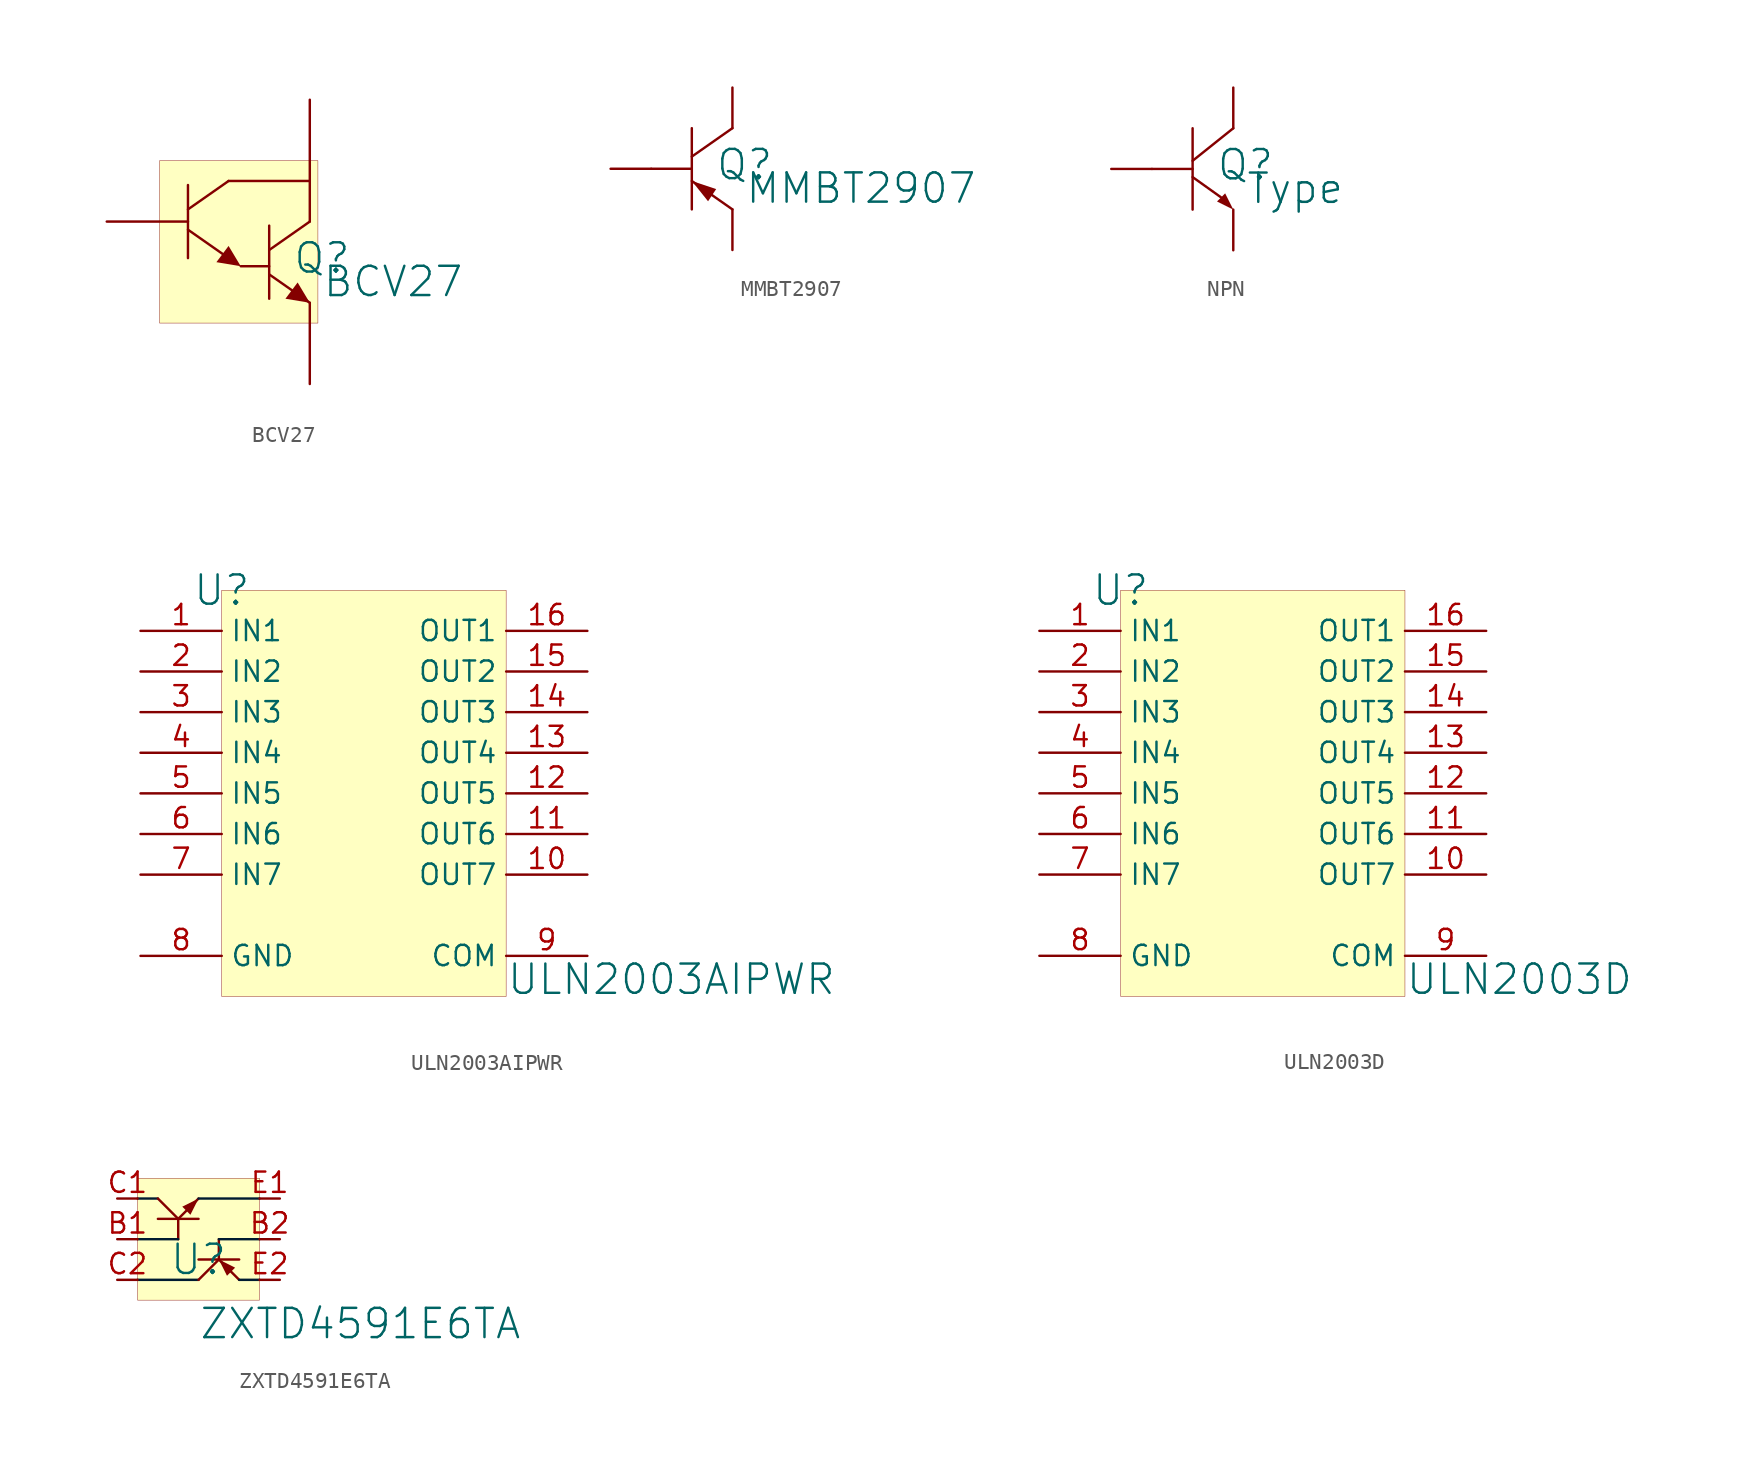
<source format=kicad_sym>
(kicad_symbol_lib
  (version 20241209)
  (generator "kicad_symbol_editor")
  (generator_version "9.0")
  (symbol "BCV27"
    (pin_numbers
      (hide yes))
    (pin_names
      (hide yes))
    (property "Reference" "Q"
      (at 3.302 -2.286 0)
      (effects (font (size 1.829 1.829))))
    (property "Value" "BCV27"
      (at 3.302 -4.826 0)
      (effects (font (size 1.829 1.829)) (justify left bottom)))
    (symbol "BCV27_1_0"
      (polyline (pts (xy -5.08 2.286) (xy -5.08 -2.286)) (stroke (width 0) (type solid)) (fill (type none)))
      (polyline (pts (xy -5.08 -0.508) (xy -2.54 -2.286)) (stroke (width 0) (type solid)) (fill (type none)))
      (polyline (pts (xy -2.54 2.54) (xy -5.08 0.762)) (stroke (width 0) (type solid)) (fill (type none)))
      (polyline (pts (xy -2.54 2.54) (xy 2.54 2.54)) (stroke (width 0) (type solid)) (fill (type none)))
      (polyline (pts (xy -1.778 -2.794) (xy 0 -2.794)) (stroke (width 0) (type solid)) (fill (type none)))
      (polyline (pts (xy -1.778 -2.794) (xy -2.54 -1.524) (xy -3.302 -2.54) (xy -1.778 -2.794)) (stroke (width -0.0001) (type solid)) (fill (type outline)))
      (polyline (pts (xy 0 -0.254) (xy 0 -4.826)) (stroke (width 0) (type solid)) (fill (type none)))
      (polyline (pts (xy 0 -3.302) (xy 2.54 -5.08)) (stroke (width 0) (type solid)) (fill (type none)))
      (polyline (pts (xy 2.54 0) (xy 0 -1.778)) (stroke (width 0) (type solid)) (fill (type none)))
      (polyline (pts (xy 2.54 0) (xy 2.54 2.54)) (stroke (width 0) (type solid)) (fill (type none)))
      (polyline (pts (xy 2.54 -5.08) (xy 1.778 -3.81) (xy 1.016 -4.826) (xy 2.54 -5.08)) (stroke (width -0.0001) (type solid)) (fill (type outline)))
      (rectangle (start 3.048 3.81) (end -6.858 -6.35) (stroke (width 0.025) (type solid) (color 128 0 0 1)) (fill (type background)))
      (pin passive line (at -10.16 0 0) (length 5.08) (name "B" (effects (font (size 1.27 1.27)))) (number "1" (effects (font (size 1.27 1.27)))))
      (pin passive line (at 2.54 7.62 270) (length 5.08) (name "C" (effects (font (size 1.27 1.27)))) (number "3" (effects (font (size 1.27 1.27)))))
      (pin passive line (at 2.54 -10.16 90) (length 5.08) (name "E" (effects (font (size 1.27 1.27)))) (number "2" (effects (font (size 1.27 1.27)))))))
  (symbol "MMBT2907"
    (pin_numbers
      (hide yes))
    (pin_names
      (hide yes))
    (property "Reference" "Q"
      (at 5.842 -2.286 0)
      (effects (font (size 1.829 1.829))))
    (property "Value" "MMBT2907"
      (at 5.842 -4.826 0)
      (effects (font (size 1.829 1.829)) (justify left bottom)))
    (symbol "MMBT2907_1_0"
      (polyline (pts (xy 2.54 0) (xy 2.54 -5.08)) (stroke (width 0) (type solid)) (fill (type none)))
      (polyline (pts (xy 2.54 -2.54) (xy 0 -2.54)) (stroke (width 0) (type solid)) (fill (type none)))
      (polyline (pts (xy 2.54 -3.302) (xy 5.08 -5.08)) (stroke (width 0) (type solid)) (fill (type none)))
      (polyline (pts (xy 2.54 -3.302) (xy 3.556 -4.572) (xy 4.064 -3.81) (xy 2.54 -3.302) (xy 2.54 -3.302)) (stroke (width -0.0001) (type solid)) (fill (type outline)))
      (polyline (pts (xy 5.08 0) (xy 2.54 -1.778)) (stroke (width 0) (type solid)) (fill (type none)))
      (pin passive line (at -2.54 -2.54 0) (length 2.54) (name "B" (effects (font (size 1.27 1.27)))) (number "B" (effects (font (size 1.27 1.27)))))
      (pin passive line (at 5.08 2.54 270) (length 2.54) (name "C" (effects (font (size 1.27 1.27)))) (number "C" (effects (font (size 1.27 1.27)))))
      (pin passive line (at 5.08 -7.62 90) (length 2.54) (name "E" (effects (font (size 1.27 1.27)))) (number "E" (effects (font (size 1.27 1.27)))))))
  (symbol "NPN"
    (pin_numbers
      (hide yes))
    (pin_names
      (hide yes))
    (property "Reference" "Q"
      (at 5.842 -2.286 0)
      (effects (font (size 1.829 1.829))))
    (property "Value" "Type"
      (at 5.842 -4.826 0)
      (effects (font (size 1.829 1.829)) (justify left bottom)))
    (symbol "NPN_1_0"
      (polyline (pts (xy 2.54 0) (xy 2.54 -5.08)) (stroke (width 0) (type solid)) (fill (type none)))
      (polyline (pts (xy 2.54 -2.54) (xy 0 -2.54)) (stroke (width 0) (type solid)) (fill (type none)))
      (polyline (pts (xy 2.54 -3.048) (xy 4.318 -4.318)) (stroke (width 0) (type solid)) (fill (type none)))
      (polyline (pts (xy 4.318 -4.318) (xy 4.572 -4.064) (xy 5.08 -5.08) (xy 4.064 -4.572) (xy 4.318 -4.318) (xy 4.318 -4.318)) (stroke (width -0.0001) (type solid)) (fill (type outline)))
      (polyline (pts (xy 5.08 0) (xy 2.54 -2.032)) (stroke (width 0) (type solid)) (fill (type none)))
      (pin passive line (at -2.54 -2.54 0) (length 2.54) (name "B" (effects (font (size 1.27 1.27)))) (number "B" (effects (font (size 1.27 1.27)))))
      (pin passive line (at 5.08 2.54 270) (length 2.54) (name "C" (effects (font (size 1.27 1.27)))) (number "C" (effects (font (size 1.27 1.27)))))
      (pin passive line (at 5.08 -7.62 90) (length 2.54) (name "E" (effects (font (size 1.27 1.27)))) (number "E" (effects (font (size 1.27 1.27)))))))
  (symbol "ULN2003AIPWR"
    (property "Reference" "U"
      (at 0 0 0)
      (effects (font (size 1.829 1.829))))
    (property "Value" "ULN2003AIPWR"
      (at 17.78 -25.4 0)
      (effects (font (size 1.829 1.829)) (justify left bottom)))
    (symbol "ULN2003AIPWR_1_0"
      (rectangle (start 17.78 0) (end 0 -25.4) (stroke (width 0.025) (type solid) (color 128 0 0 1)) (fill (type background)))
      (pin passive line (at -5.08 -2.54 0) (length 5.08) (name "IN1" (effects (font (size 1.27 1.27)))) (number "1" (effects (font (size 1.27 1.27)))))
      (pin passive line (at -5.08 -5.08 0) (length 5.08) (name "IN2" (effects (font (size 1.27 1.27)))) (number "2" (effects (font (size 1.27 1.27)))))
      (pin passive line (at -5.08 -7.62 0) (length 5.08) (name "IN3" (effects (font (size 1.27 1.27)))) (number "3" (effects (font (size 1.27 1.27)))))
      (pin open_collector line (at -5.08 -10.16 0) (length 5.08) (name "IN4" (effects (font (size 1.27 1.27)))) (number "4" (effects (font (size 1.27 1.27)))))
      (pin passive line (at -5.08 -12.7 0) (length 5.08) (name "IN5" (effects (font (size 1.27 1.27)))) (number "5" (effects (font (size 1.27 1.27)))))
      (pin passive line (at -5.08 -15.24 0) (length 5.08) (name "IN6" (effects (font (size 1.27 1.27)))) (number "6" (effects (font (size 1.27 1.27)))))
      (pin passive line (at -5.08 -17.78 0) (length 5.08) (name "IN7" (effects (font (size 1.27 1.27)))) (number "7" (effects (font (size 1.27 1.27)))))
      (pin power_in line (at -5.08 -22.86 0) (length 5.08) (name "GND" (effects (font (size 1.27 1.27)))) (number "8" (effects (font (size 1.27 1.27)))))
      (pin open_collector line (at 22.86 -2.54 180) (length 5.08) (name "OUT1" (effects (font (size 1.27 1.27)))) (number "16" (effects (font (size 1.27 1.27)))))
      (pin open_collector line (at 22.86 -5.08 180) (length 5.08) (name "OUT2" (effects (font (size 1.27 1.27)))) (number "15" (effects (font (size 1.27 1.27)))))
      (pin open_collector line (at 22.86 -7.62 180) (length 5.08) (name "OUT3" (effects (font (size 1.27 1.27)))) (number "14" (effects (font (size 1.27 1.27)))))
      (pin open_collector line (at 22.86 -10.16 180) (length 5.08) (name "OUT4" (effects (font (size 1.27 1.27)))) (number "13" (effects (font (size 1.27 1.27)))))
      (pin open_collector line (at 22.86 -12.7 180) (length 5.08) (name "OUT5" (effects (font (size 1.27 1.27)))) (number "12" (effects (font (size 1.27 1.27)))))
      (pin open_collector line (at 22.86 -15.24 180) (length 5.08) (name "OUT6" (effects (font (size 1.27 1.27)))) (number "11" (effects (font (size 1.27 1.27)))))
      (pin open_collector line (at 22.86 -17.78 180) (length 5.08) (name "OUT7" (effects (font (size 1.27 1.27)))) (number "10" (effects (font (size 1.27 1.27)))))
      (pin passive line (at 22.86 -22.86 180) (length 5.08) (name "COM" (effects (font (size 1.27 1.27)))) (number "9" (effects (font (size 1.27 1.27)))))))
  (symbol "ULN2003D"
    (property "Reference" "U"
      (at 0 0 0)
      (effects (font (size 1.829 1.829))))
    (property "Value" "ULN2003D"
      (at 17.78 -25.4 0)
      (effects (font (size 1.829 1.829)) (justify left bottom)))
    (symbol "ULN2003D_1_0"
      (rectangle (start 17.78 0) (end 0 -25.4) (stroke (width 0.025) (type solid) (color 128 0 0 1)) (fill (type background)))
      (pin passive line (at -5.08 -2.54 0) (length 5.08) (name "IN1" (effects (font (size 1.27 1.27)))) (number "1" (effects (font (size 1.27 1.27)))))
      (pin passive line (at -5.08 -5.08 0) (length 5.08) (name "IN2" (effects (font (size 1.27 1.27)))) (number "2" (effects (font (size 1.27 1.27)))))
      (pin passive line (at -5.08 -7.62 0) (length 5.08) (name "IN3" (effects (font (size 1.27 1.27)))) (number "3" (effects (font (size 1.27 1.27)))))
      (pin open_collector line (at -5.08 -10.16 0) (length 5.08) (name "IN4" (effects (font (size 1.27 1.27)))) (number "4" (effects (font (size 1.27 1.27)))))
      (pin passive line (at -5.08 -12.7 0) (length 5.08) (name "IN5" (effects (font (size 1.27 1.27)))) (number "5" (effects (font (size 1.27 1.27)))))
      (pin passive line (at -5.08 -15.24 0) (length 5.08) (name "IN6" (effects (font (size 1.27 1.27)))) (number "6" (effects (font (size 1.27 1.27)))))
      (pin passive line (at -5.08 -17.78 0) (length 5.08) (name "IN7" (effects (font (size 1.27 1.27)))) (number "7" (effects (font (size 1.27 1.27)))))
      (pin power_in line (at -5.08 -22.86 0) (length 5.08) (name "GND" (effects (font (size 1.27 1.27)))) (number "8" (effects (font (size 1.27 1.27)))))
      (pin open_collector line (at 22.86 -2.54 180) (length 5.08) (name "OUT1" (effects (font (size 1.27 1.27)))) (number "16" (effects (font (size 1.27 1.27)))))
      (pin open_collector line (at 22.86 -5.08 180) (length 5.08) (name "OUT2" (effects (font (size 1.27 1.27)))) (number "15" (effects (font (size 1.27 1.27)))))
      (pin open_collector line (at 22.86 -7.62 180) (length 5.08) (name "OUT3" (effects (font (size 1.27 1.27)))) (number "14" (effects (font (size 1.27 1.27)))))
      (pin open_collector line (at 22.86 -10.16 180) (length 5.08) (name "OUT4" (effects (font (size 1.27 1.27)))) (number "13" (effects (font (size 1.27 1.27)))))
      (pin open_collector line (at 22.86 -12.7 180) (length 5.08) (name "OUT5" (effects (font (size 1.27 1.27)))) (number "12" (effects (font (size 1.27 1.27)))))
      (pin open_collector line (at 22.86 -15.24 180) (length 5.08) (name "OUT6" (effects (font (size 1.27 1.27)))) (number "11" (effects (font (size 1.27 1.27)))))
      (pin open_collector line (at 22.86 -17.78 180) (length 5.08) (name "OUT7" (effects (font (size 1.27 1.27)))) (number "10" (effects (font (size 1.27 1.27)))))
      (pin passive line (at 22.86 -22.86 180) (length 5.08) (name "COM" (effects (font (size 1.27 1.27)))) (number "9" (effects (font (size 1.27 1.27)))))))
  (symbol "ZXTD4591E6TA"
    (pin_names
      (hide yes))
    (property "Reference" "U"
      (at -1.27 1.27 0)
      (effects (font (size 1.829 1.829))))
    (property "Value" "ZXTD4591E6TA"
      (at -1.27 -3.81 0)
      (effects (font (size 1.829 1.829)) (justify left bottom)))
    (symbol "ZXTD4591E6TA_1_0"
      (polyline (pts (xy -3.81 5.08) (xy -5.08 5.08)) (stroke (width 0) (type solid) (color 0 27 49 1)) (fill (type none)))
      (polyline (pts (xy -3.81 5.08) (xy -2.54 3.81)) (stroke (width 0) (type solid)) (fill (type none)))
      (polyline (pts (xy -3.81 3.81) (xy -1.27 3.81)) (stroke (width 0) (type solid)) (fill (type none)))
      (polyline (pts (xy -2.54 3.81) (xy -2.54 2.54)) (stroke (width 0) (type solid)) (fill (type none)))
      (polyline (pts (xy -2.54 3.81) (xy -1.27 5.08)) (stroke (width 0) (type solid)) (fill (type none)))
      (polyline (pts (xy -2.54 2.54) (xy -5.08 2.54)) (stroke (width 0) (type solid) (color 0 27 49 1)) (fill (type none)))
      (polyline (pts (xy -2.032 4.318) (xy -2.286 4.572) (xy -1.27 5.08) (xy -1.778 4.064) (xy -2.032 4.318) (xy -2.032 4.318)) (stroke (width -0.0001) (type solid)) (fill (type outline)))
      (polyline (pts (xy -1.27 1.27) (xy 1.27 1.27)) (stroke (width 0) (type solid)) (fill (type none)))
      (polyline (pts (xy -1.27 0) (xy -5.08 0)) (stroke (width 0) (type solid) (color 0 27 49 1)) (fill (type none)))
      (polyline (pts (xy -1.27 0) (xy 0 1.27)) (stroke (width 0) (type solid)) (fill (type none)))
      (polyline (pts (xy 0 1.27) (xy 0 2.54)) (stroke (width 0) (type solid)) (fill (type none)))
      (polyline (pts (xy 0 1.27) (xy 1.27 0)) (stroke (width 0) (type solid)) (fill (type none)))
      (polyline (pts (xy 0.762 0.508) (xy 1.016 0.762) (xy 0 1.27) (xy 0.508 0.254) (xy 0.762 0.508) (xy 0.762 0.508)) (stroke (width -0.0001) (type solid)) (fill (type outline)))
      (polyline (pts (xy 1.27 0) (xy 2.54 0)) (stroke (width 0) (type solid) (color 0 27 49 1)) (fill (type none)))
      (rectangle (start 2.54 6.35) (end -5.08 -1.27) (stroke (width 0.025) (type solid) (color 128 0 0 1)) (fill (type background)))
      (polyline (pts (xy 2.54 5.08) (xy -1.27 5.08)) (stroke (width 0) (type solid) (color 0 27 49 1)) (fill (type none)))
      (polyline (pts (xy 2.54 2.54) (xy 0 2.54)) (stroke (width 0) (type solid) (color 0 27 49 1)) (fill (type none)))
      (pin passive line (at -6.35 5.08 0) (length 1.27) (name "C1" (effects (font (size 1.27 1.27)))) (number "C1" (effects (font (size 1.27 1.27)))))
      (pin passive line (at -6.35 2.54 0) (length 1.27) (name "B1" (effects (font (size 1.27 1.27)))) (number "B1" (effects (font (size 1.27 1.27)))))
      (pin passive line (at -6.35 0 0) (length 1.27) (name "C2" (effects (font (size 1.27 1.27)))) (number "C2" (effects (font (size 1.27 1.27)))))
      (pin passive line (at 3.81 5.08 180) (length 1.27) (name "E1" (effects (font (size 1.27 1.27)))) (number "E1" (effects (font (size 1.27 1.27)))))
      (pin passive line (at 3.81 2.54 180) (length 1.27) (name "B2" (effects (font (size 1.27 1.27)))) (number "B2" (effects (font (size 1.27 1.27)))))
      (pin passive line (at 3.81 0 180) (length 1.27) (name "E2" (effects (font (size 1.27 1.27)))) (number "E2" (effects (font (size 1.27 1.27))))))))
</source>
